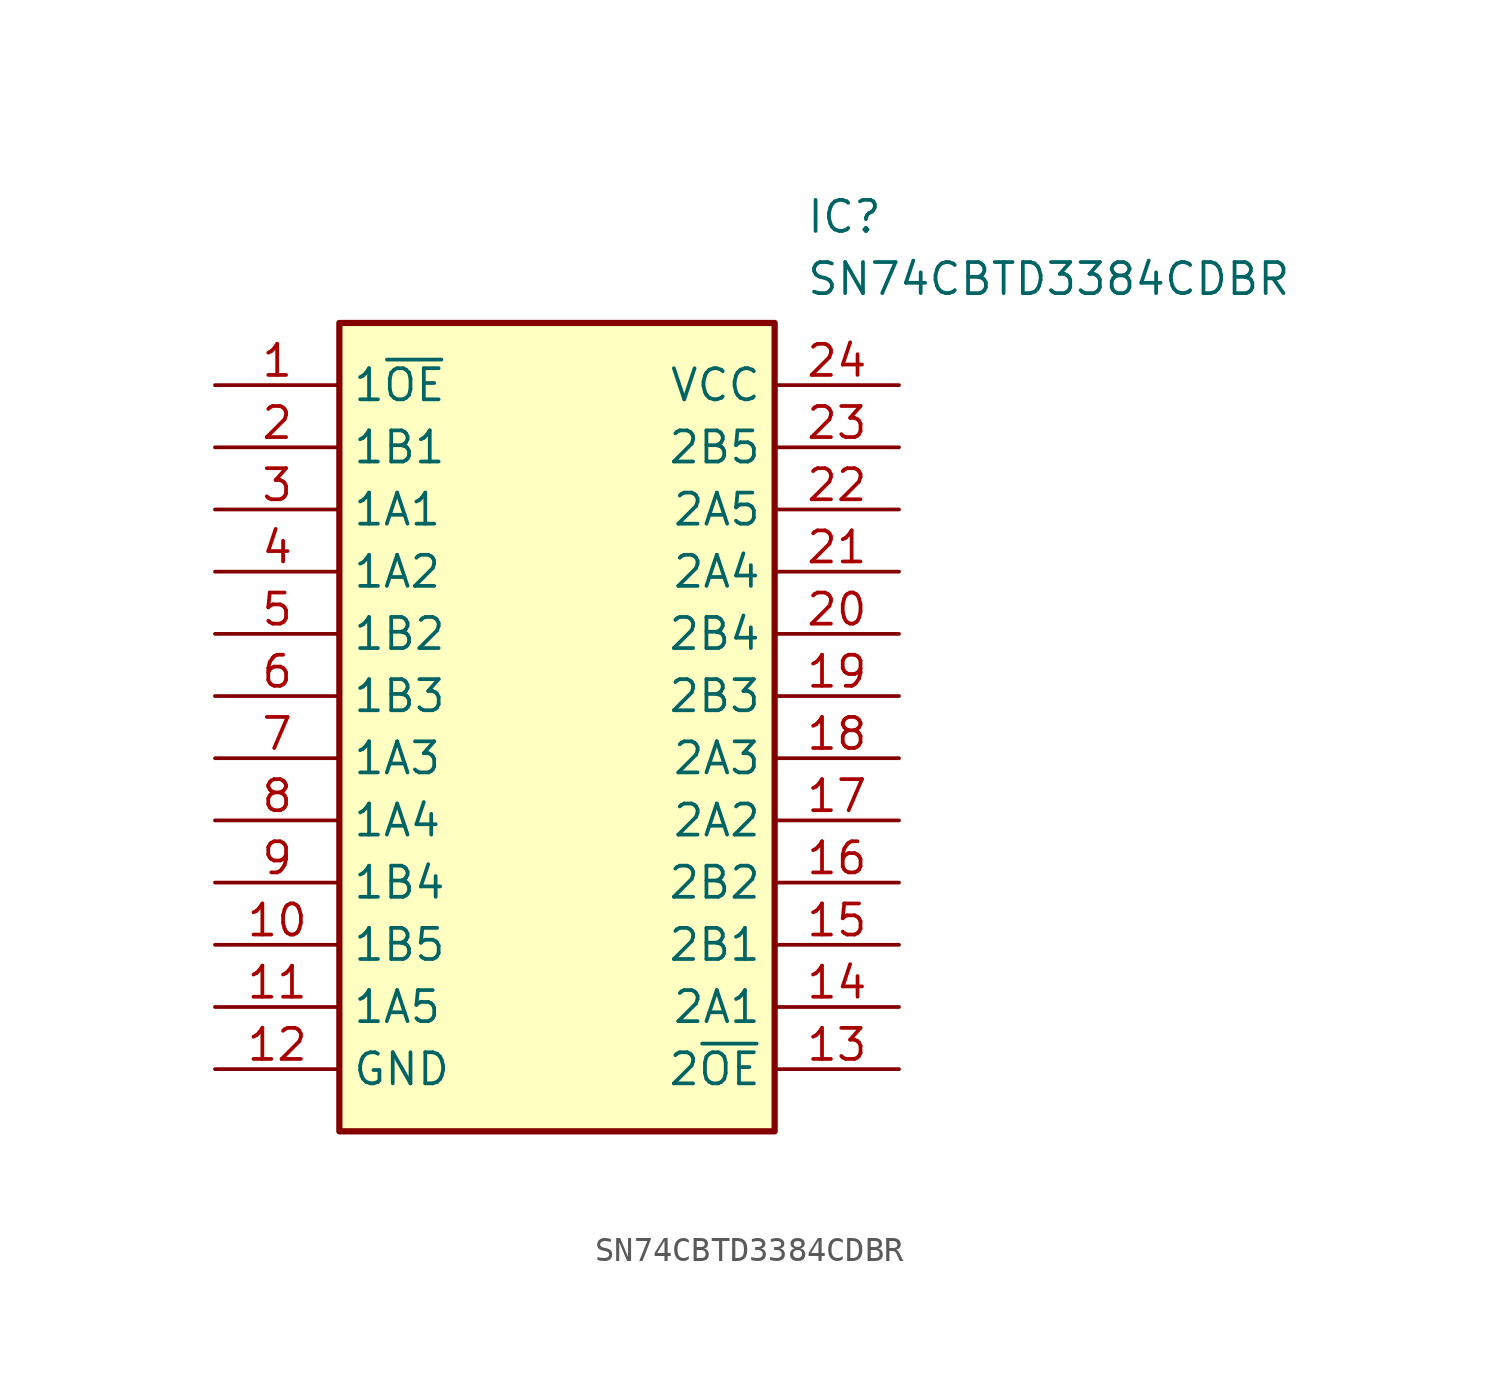
<source format=kicad_sym>
(kicad_symbol_lib
  (version 20211014)
  (generator SamacSys_ECAD_Model)
  (symbol "SN74CBTD3384CDBR"
    (property "Reference" "IC"
      (at 24.13 7.62 0)
      (effects (font (size 1.27 1.27)) (justify left top)))
    (property "Value" "SN74CBTD3384CDBR"
      (at 24.13 5.08 0)
      (effects (font (size 1.27 1.27)) (justify left top)))
    (rectangle
      (start 5.08 2.54)
      (end 22.86 -30.48)
      (stroke (width 0.254) (type default))
      (fill (type background)))
    (pin passive line
      (at 0 0 0)
      (length 5.08)
      (name "1~{OE}" (effects (font (size 1.27 1.27))))
      (number "1" (effects (font (size 1.27 1.27)))))
    (pin passive line
      (at 0 -2.54 0)
      (length 5.08)
      (name "1B1" (effects (font (size 1.27 1.27))))
      (number "2" (effects (font (size 1.27 1.27)))))
    (pin passive line
      (at 0 -5.08 0)
      (length 5.08)
      (name "1A1" (effects (font (size 1.27 1.27))))
      (number "3" (effects (font (size 1.27 1.27)))))
    (pin passive line
      (at 0 -7.62 0)
      (length 5.08)
      (name "1A2" (effects (font (size 1.27 1.27))))
      (number "4" (effects (font (size 1.27 1.27)))))
    (pin passive line
      (at 0 -10.16 0)
      (length 5.08)
      (name "1B2" (effects (font (size 1.27 1.27))))
      (number "5" (effects (font (size 1.27 1.27)))))
    (pin passive line
      (at 0 -12.7 0)
      (length 5.08)
      (name "1B3" (effects (font (size 1.27 1.27))))
      (number "6" (effects (font (size 1.27 1.27)))))
    (pin passive line
      (at 0 -15.24 0)
      (length 5.08)
      (name "1A3" (effects (font (size 1.27 1.27))))
      (number "7" (effects (font (size 1.27 1.27)))))
    (pin passive line
      (at 0 -17.78 0)
      (length 5.08)
      (name "1A4" (effects (font (size 1.27 1.27))))
      (number "8" (effects (font (size 1.27 1.27)))))
    (pin passive line
      (at 0 -20.32 0)
      (length 5.08)
      (name "1B4" (effects (font (size 1.27 1.27))))
      (number "9" (effects (font (size 1.27 1.27)))))
    (pin passive line
      (at 0 -22.86 0)
      (length 5.08)
      (name "1B5" (effects (font (size 1.27 1.27))))
      (number "10" (effects (font (size 1.27 1.27)))))
    (pin passive line
      (at 0 -25.4 0)
      (length 5.08)
      (name "1A5" (effects (font (size 1.27 1.27))))
      (number "11" (effects (font (size 1.27 1.27)))))
    (pin passive line
      (at 0 -27.94 0)
      (length 5.08)
      (name "GND" (effects (font (size 1.27 1.27))))
      (number "12" (effects (font (size 1.27 1.27)))))
    (pin passive line
      (at 27.94 0 180)
      (length 5.08)
      (name "VCC" (effects (font (size 1.27 1.27))))
      (number "24" (effects (font (size 1.27 1.27)))))
    (pin passive line
      (at 27.94 -2.54 180)
      (length 5.08)
      (name "2B5" (effects (font (size 1.27 1.27))))
      (number "23" (effects (font (size 1.27 1.27)))))
    (pin passive line
      (at 27.94 -5.08 180)
      (length 5.08)
      (name "2A5" (effects (font (size 1.27 1.27))))
      (number "22" (effects (font (size 1.27 1.27)))))
    (pin passive line
      (at 27.94 -7.62 180)
      (length 5.08)
      (name "2A4" (effects (font (size 1.27 1.27))))
      (number "21" (effects (font (size 1.27 1.27)))))
    (pin passive line
      (at 27.94 -10.16 180)
      (length 5.08)
      (name "2B4" (effects (font (size 1.27 1.27))))
      (number "20" (effects (font (size 1.27 1.27)))))
    (pin passive line
      (at 27.94 -12.7 180)
      (length 5.08)
      (name "2B3" (effects (font (size 1.27 1.27))))
      (number "19" (effects (font (size 1.27 1.27)))))
    (pin passive line
      (at 27.94 -15.24 180)
      (length 5.08)
      (name "2A3" (effects (font (size 1.27 1.27))))
      (number "18" (effects (font (size 1.27 1.27)))))
    (pin passive line
      (at 27.94 -17.78 180)
      (length 5.08)
      (name "2A2" (effects (font (size 1.27 1.27))))
      (number "17" (effects (font (size 1.27 1.27)))))
    (pin passive line
      (at 27.94 -20.32 180)
      (length 5.08)
      (name "2B2" (effects (font (size 1.27 1.27))))
      (number "16" (effects (font (size 1.27 1.27)))))
    (pin passive line
      (at 27.94 -22.86 180)
      (length 5.08)
      (name "2B1" (effects (font (size 1.27 1.27))))
      (number "15" (effects (font (size 1.27 1.27)))))
    (pin passive line
      (at 27.94 -25.4 180)
      (length 5.08)
      (name "2A1" (effects (font (size 1.27 1.27))))
      (number "14" (effects (font (size 1.27 1.27)))))
    (pin passive line
      (at 27.94 -27.94 180)
      (length 5.08)
      (name "2~{OE}" (effects (font (size 1.27 1.27))))
      (number "13" (effects (font (size 1.27 1.27)))))))
</source>
